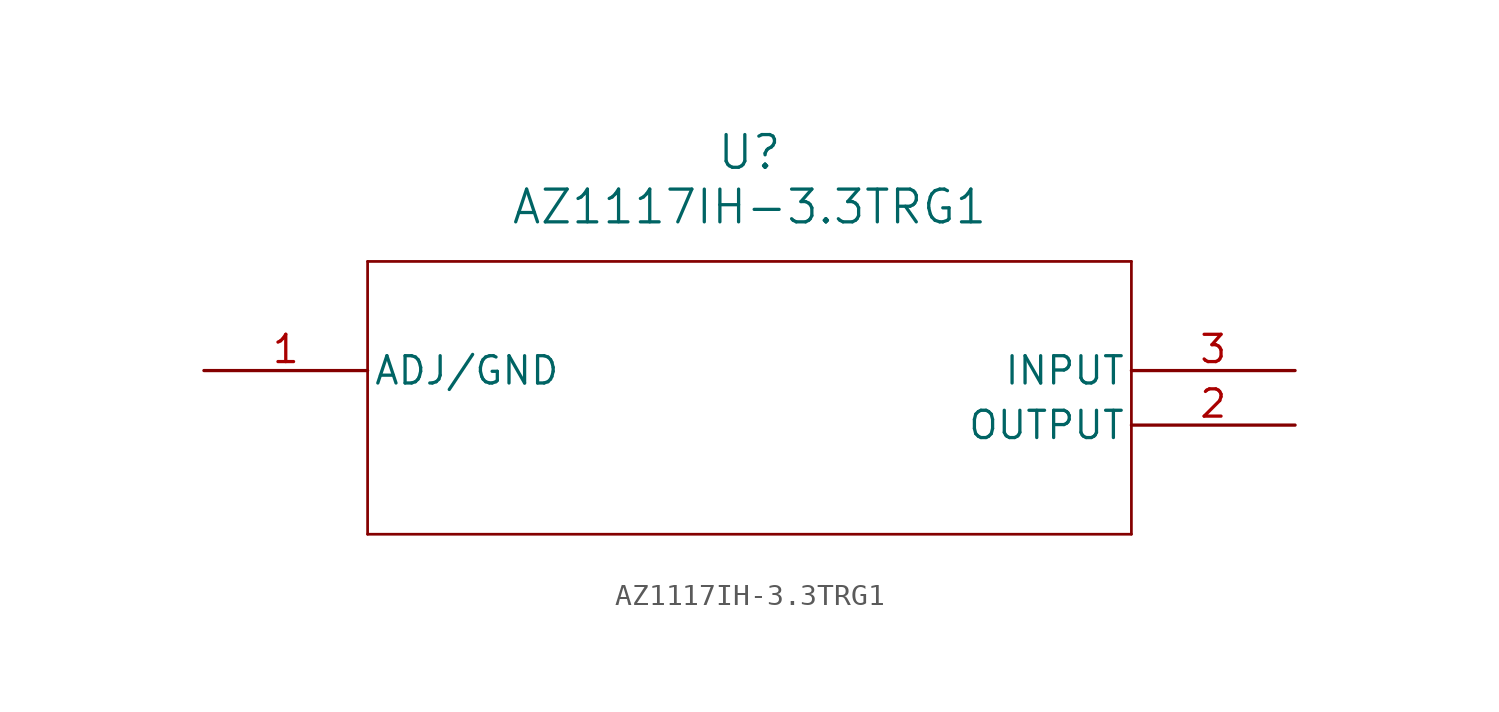
<source format=kicad_sym>
(kicad_symbol_lib
  (version 20231120)
  (generator "kicad_symbol_editor")
  (generator_version "8.0")
  (symbol "AZ1117IH-3.3TRG1"
    (pin_names
      (offset 0.254))
    (property "Reference" "U"
      (at 25.4 10.16 0)
      (effects (font (size 1.524 1.524))))
    (property "Value" "AZ1117IH-3.3TRG1"
      (at 25.4 7.62 0)
      (effects (font (size 1.524 1.524))))
    (property "ki_locked" ""
      (at 0 0 0)
      (effects (font (size 1.27 1.27))))
    (symbol "AZ1117IH-3.3TRG1_0_1"
      (polyline (pts (xy 7.62 -7.62) (xy 43.18 -7.62)) (stroke (width 0.127) (type default)) (fill (type none)))
      (polyline (pts (xy 7.62 5.08) (xy 7.62 -7.62)) (stroke (width 0.127) (type default)) (fill (type none)))
      (polyline (pts (xy 43.18 -7.62) (xy 43.18 5.08)) (stroke (width 0.127) (type default)) (fill (type none)))
      (polyline (pts (xy 43.18 5.08) (xy 7.62 5.08)) (stroke (width 0.127) (type default)) (fill (type none)))
      (pin power_out line (at 0 0 0) (length 7.62) (name "ADJ/GND" (effects (font (size 1.27 1.27)))) (number "1" (effects (font (size 1.27 1.27)))))
      (pin output line (at 50.8 -2.54 180) (length 7.62) (name "OUTPUT" (effects (font (size 1.27 1.27)))) (number "2" (effects (font (size 1.27 1.27)))))
      (pin unspecified line (at 50.8 0 180) (length 7.62) (name "INPUT" (effects (font (size 1.27 1.27)))) (number "3" (effects (font (size 1.27 1.27))))))))
</source>
